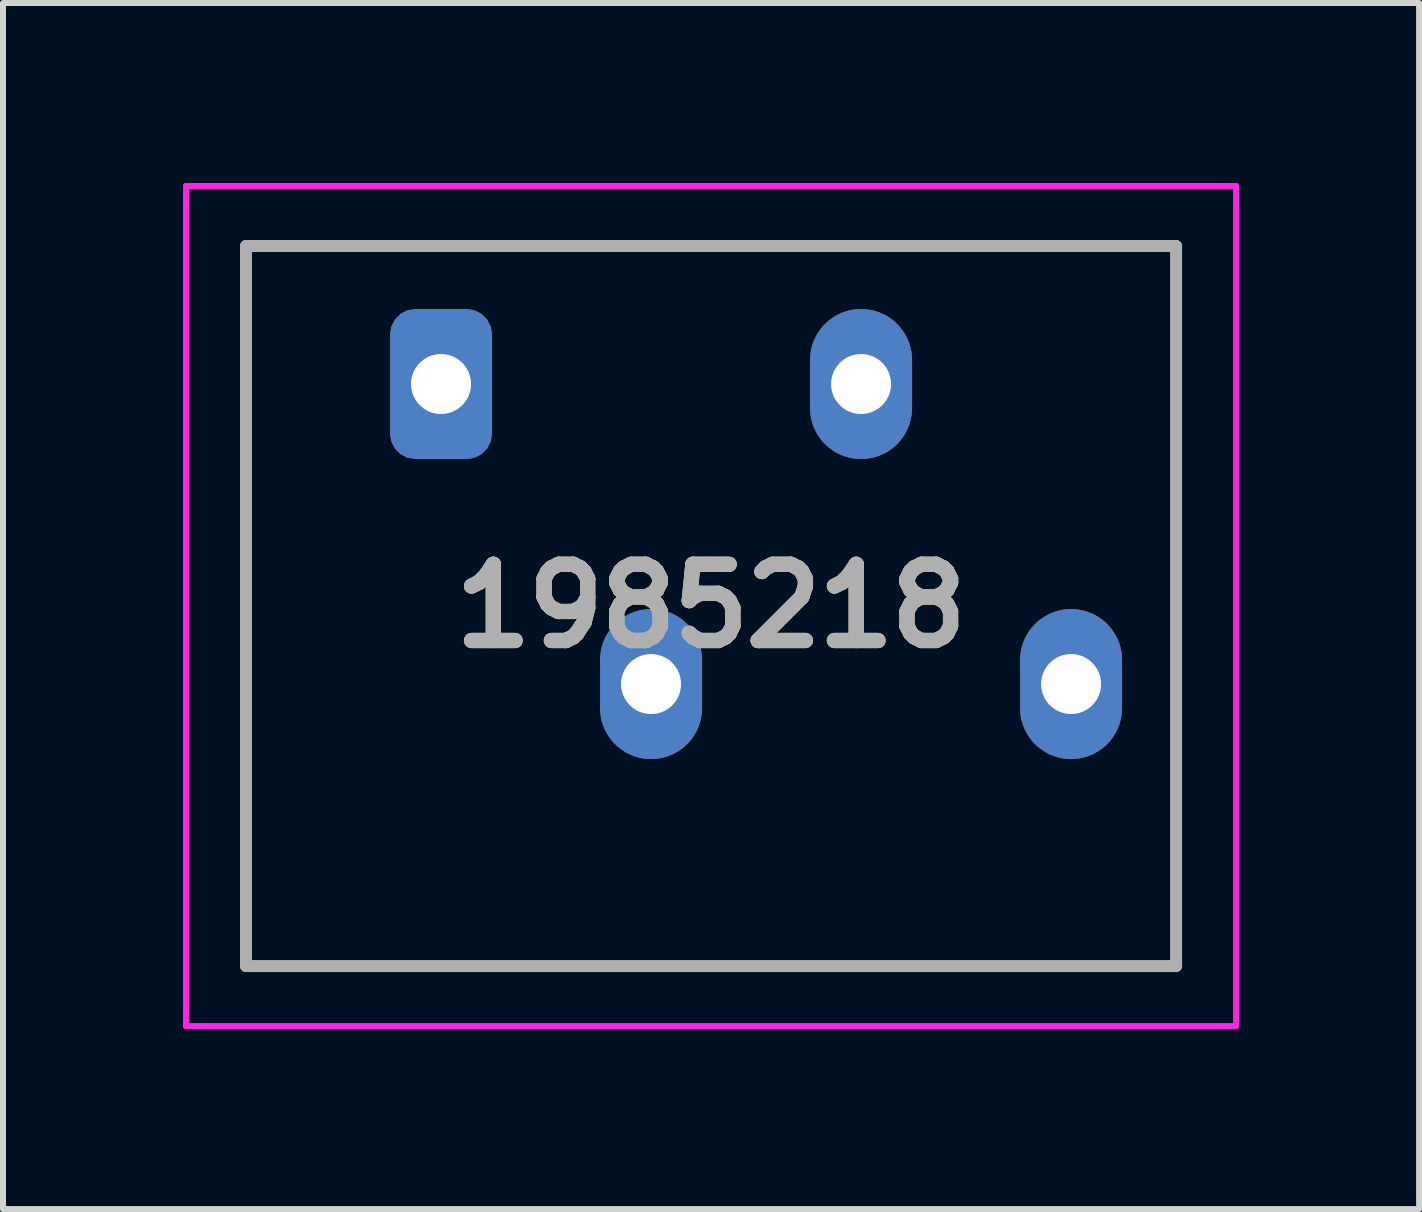
<source format=kicad_pcb>
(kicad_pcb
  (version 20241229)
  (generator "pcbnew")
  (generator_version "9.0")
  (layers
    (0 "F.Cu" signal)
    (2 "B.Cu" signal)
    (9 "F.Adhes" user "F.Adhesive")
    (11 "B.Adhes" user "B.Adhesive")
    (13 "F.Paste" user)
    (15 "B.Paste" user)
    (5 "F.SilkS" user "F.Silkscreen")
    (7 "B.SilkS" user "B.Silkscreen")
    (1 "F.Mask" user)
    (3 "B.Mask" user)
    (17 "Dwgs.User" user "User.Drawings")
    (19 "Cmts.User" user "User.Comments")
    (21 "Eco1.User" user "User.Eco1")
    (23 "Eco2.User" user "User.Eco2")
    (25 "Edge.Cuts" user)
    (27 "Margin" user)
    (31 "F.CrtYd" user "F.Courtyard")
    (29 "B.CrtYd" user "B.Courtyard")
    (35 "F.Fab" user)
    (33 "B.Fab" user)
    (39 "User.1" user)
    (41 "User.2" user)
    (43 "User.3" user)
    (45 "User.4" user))
  (footprint "1985218"
    (layer "F.Cu")
    (at 4.3 3.35)
    (property "Reference" "1985218" (at 4.5 3.7 0) (layer "F.SilkS") (effects (font (size 1.27 1.27) (thickness 0.254))))
    (attr through_hole)
    (fp_line (start -3.25 -2.3) (end -3.25 9.7) (stroke (width 0.1) (type solid)) (layer "F.SilkS"))
    (fp_line (start -3.25 9.7) (end 12.25 9.7) (stroke (width 0.1) (type solid)) (layer "F.SilkS"))
    (fp_line (start 12.25 -2.3) (end -3.25 -2.3) (stroke (width 0.1) (type solid)) (layer "F.SilkS"))
    (fp_line (start 12.25 9.7) (end 12.25 -2.3) (stroke (width 0.1) (type solid)) (layer "F.SilkS"))
    (fp_line (start -4.25 -3.3) (end 13.25 -3.3) (stroke (width 0.1) (type solid)) (layer "F.CrtYd"))
    (fp_line (start -4.25 10.7) (end -4.25 -3.3) (stroke (width 0.1) (type solid)) (layer "F.CrtYd"))
    (fp_line (start 13.25 -3.3) (end 13.25 10.7) (stroke (width 0.1) (type solid)) (layer "F.CrtYd"))
    (fp_line (start 13.25 10.7) (end -4.25 10.7) (stroke (width 0.1) (type solid)) (layer "F.CrtYd"))
    (fp_line (start -3.25 -2.3) (end -3.25 9.7) (stroke (width 0.2) (type solid)) (layer "F.Fab"))
    (fp_line (start -3.25 9.7) (end 12.25 9.7) (stroke (width 0.2) (type solid)) (layer "F.Fab"))
    (fp_line (start 12.25 -2.3) (end -3.25 -2.3) (stroke (width 0.2) (type solid)) (layer "F.Fab"))
    (fp_line (start 12.25 9.7) (end 12.25 -2.3) (stroke (width 0.2) (type solid)) (layer "F.Fab"))
    (fp_text user "${REFERENCE}" (at 4.5 3.7 0) (layer "F.Fab") (effects (font (size 1.27 1.27) (thickness 0.254))))
    (pad "1" thru_hole roundrect (at 0 0 90) (size 2.5 1.7) (drill 1) (layers "*.Cu" "*.Mask") (roundrect_rratio 0.25))
    (pad "2" thru_hole oval (at 3.5 5 90) (size 2.5 1.7) (drill 1) (layers "*.Cu" "*.Mask"))
    (pad "3" thru_hole oval (at 7 0 90) (size 2.5 1.7) (drill 1) (layers "*.Cu" "*.Mask"))
    (pad "4" thru_hole oval (at 10.5 5 90) (size 2.5 1.7) (drill 1) (layers "*.Cu" "*.Mask")))
  (gr_rect
    (start -3 -3)
    (end 20.6 17.1)
    (stroke (width 0.1) (type default))
    (fill no)
    (layer "Edge.Cuts")))
</source>
